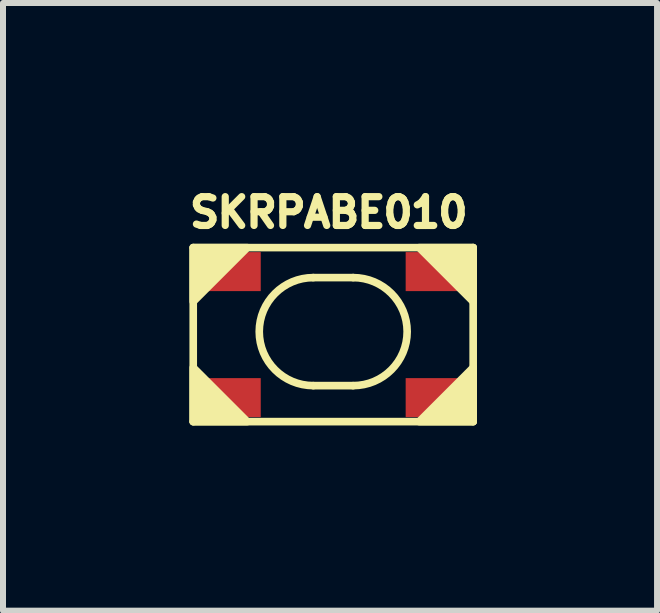
<source format=kicad_pcb>
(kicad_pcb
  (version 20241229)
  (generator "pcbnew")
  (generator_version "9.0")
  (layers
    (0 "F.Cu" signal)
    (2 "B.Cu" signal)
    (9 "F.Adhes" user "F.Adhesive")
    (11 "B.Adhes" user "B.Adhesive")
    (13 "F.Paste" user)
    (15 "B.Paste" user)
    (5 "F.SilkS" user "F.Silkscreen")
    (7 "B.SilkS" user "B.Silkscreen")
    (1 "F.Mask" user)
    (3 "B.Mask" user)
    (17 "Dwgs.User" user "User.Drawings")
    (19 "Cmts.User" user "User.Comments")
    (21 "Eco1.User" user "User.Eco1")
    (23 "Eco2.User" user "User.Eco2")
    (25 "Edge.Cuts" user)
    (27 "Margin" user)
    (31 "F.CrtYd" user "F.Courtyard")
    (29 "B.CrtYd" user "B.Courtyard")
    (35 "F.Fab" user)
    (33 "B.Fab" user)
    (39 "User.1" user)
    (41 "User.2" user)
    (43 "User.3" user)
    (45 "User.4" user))
  (footprint "SKRPABE010"
    (layer "F.Cu")
    (at 0.27 3.876)
    (property "Reference" "SKRPABE010" (at 2.159 -3.385 0) (layer "F.SilkS") (effects (font (size 0.48 0.48) (thickness 0.15))))
    (attr through_hole)
    (fp_line (start -0.1 -2.8) (end 4.565 -2.8) (stroke (width 0.127) (type solid)) (layer "F.SilkS"))
    (fp_line (start -0.1 0.1) (end -0.1 -2.8) (stroke (width 0.127) (type solid)) (layer "F.SilkS"))
    (fp_line (start 1.9 -2.3) (end 2.565 -2.3) (stroke (width 0.127) (type solid)) (layer "F.SilkS"))
    (fp_line (start 2.565 -0.5) (end 1.9 -0.5) (stroke (width 0.127) (type solid)) (layer "F.SilkS"))
    (fp_line (start 4.565 -2.8) (end 4.565 0.1) (stroke (width 0.127) (type solid)) (layer "F.SilkS"))
    (fp_line (start 4.565 0.1) (end -0.1 0.1) (stroke (width 0.127) (type solid)) (layer "F.SilkS"))
    (fp_arc (start 1.9 -0.5) (mid 1 -1.4) (end 1.9 -2.3) (stroke (width 0.127) (type solid)) (layer "F.SilkS"))
    (fp_arc (start 2.565 -2.3) (mid 3.465 -1.4) (end 2.565 -0.5) (stroke (width 0.127) (type solid)) (layer "F.SilkS"))
    (fp_poly (pts (xy -0.1 -2.8) (xy -0.1 -1.9) (xy 0.8 -2.8)) (stroke (width 0.127) (type solid)) (fill yes) (layer "F.SilkS"))
    (fp_poly (pts (xy -0.1 0.1) (xy 0.8 0.1) (xy -0.1 -0.8)) (stroke (width 0.127) (type solid)) (fill yes) (layer "F.SilkS"))
    (fp_poly (pts (xy 4.565 -2.8) (xy 3.665 -2.8) (xy 4.565 -1.9)) (stroke (width 0.127) (type solid)) (fill yes) (layer "F.SilkS"))
    (fp_poly (pts (xy 4.565 0.1) (xy 4.565 -0.8) (xy 3.665 0.1)) (stroke (width 0.127) (type solid)) (fill yes) (layer "F.SilkS"))
    (pad "P$1" smd rect (at 0.5 -2.4) (size 1.05 0.65) (layers "F.Cu" "F.Mask" "F.Paste"))
    (pad "P$2" smd rect (at 3.965 -2.4) (size 1.05 0.65) (layers "F.Cu" "F.Mask" "F.Paste"))
    (pad "P$3" smd rect (at 0.5 -0.3) (size 1.05 0.65) (layers "F.Cu" "F.Mask" "F.Paste"))
    (pad "P$4" smd rect (at 3.965 -0.3) (size 1.05 0.65) (layers "F.Cu" "F.Mask" "F.Paste")))
  (gr_rect
    (start -3 -3)
    (end 7.899 7.126)
    (stroke (width 0.1) (type default))
    (fill no)
    (layer "Edge.Cuts")))
</source>
